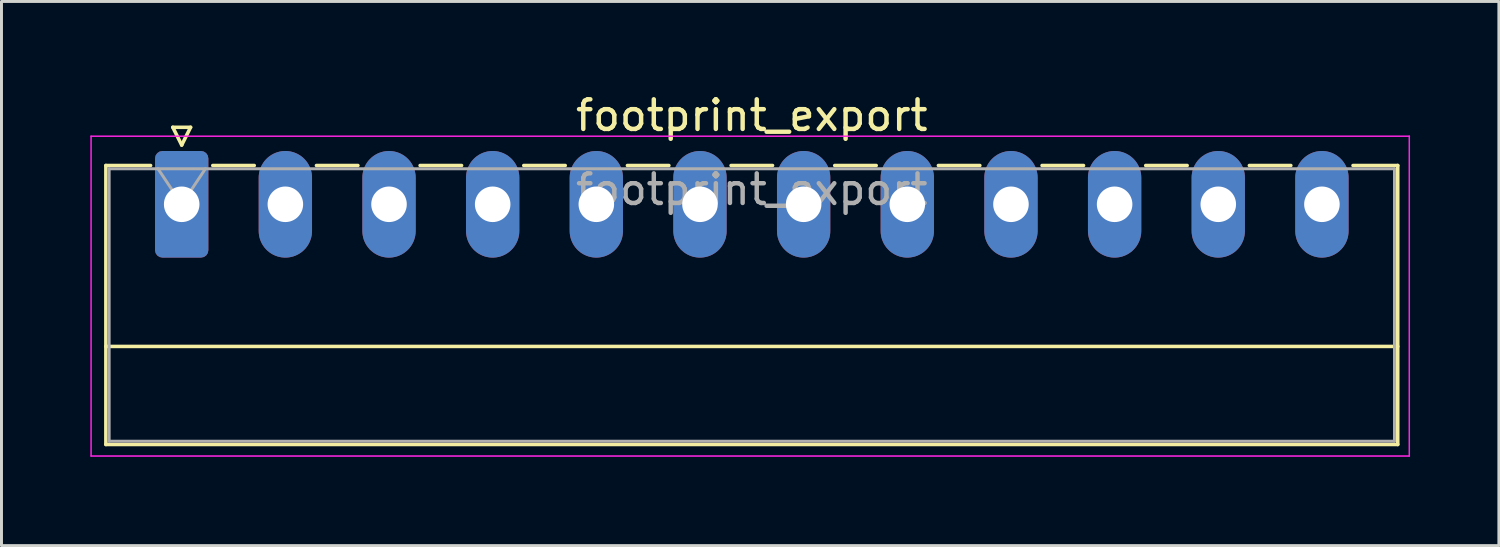
<source format=kicad_pcb>
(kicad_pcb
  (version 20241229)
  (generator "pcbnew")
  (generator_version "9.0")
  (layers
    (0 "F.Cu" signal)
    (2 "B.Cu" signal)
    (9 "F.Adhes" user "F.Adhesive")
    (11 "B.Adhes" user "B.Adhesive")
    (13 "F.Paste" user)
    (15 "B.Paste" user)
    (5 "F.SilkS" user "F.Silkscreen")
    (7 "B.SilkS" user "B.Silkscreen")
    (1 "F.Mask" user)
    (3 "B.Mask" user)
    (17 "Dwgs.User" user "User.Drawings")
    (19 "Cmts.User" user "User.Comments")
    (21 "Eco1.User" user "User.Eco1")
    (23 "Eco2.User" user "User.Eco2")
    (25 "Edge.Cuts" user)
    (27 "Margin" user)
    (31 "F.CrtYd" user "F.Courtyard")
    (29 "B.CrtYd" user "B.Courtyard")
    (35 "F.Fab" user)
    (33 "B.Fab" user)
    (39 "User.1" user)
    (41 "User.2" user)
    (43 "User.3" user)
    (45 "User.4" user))
  (footprint "footprint_export"
    (layer "F.Cu")
    (at 3.085 3.848)
    (property "Reference" "footprint_export" (at 19.25 -3 0) (layer "F.SilkS") (effects (font (size 1 1) (thickness 0.15))))
    (attr through_hole)
    (fp_line (start -2.56 -1.31) (end -2.56 8.11) (stroke (width 0.12) (type solid)) (layer "F.SilkS"))
    (fp_line (start -2.56 -1.31) (end -1.05 -1.31) (stroke (width 0.12) (type solid)) (layer "F.SilkS"))
    (fp_line (start -2.56 4.8) (end 41.06 4.8) (stroke (width 0.12) (type solid)) (layer "F.SilkS"))
    (fp_line (start -2.56 8.11) (end 41.06 8.11) (stroke (width 0.12) (type solid)) (layer "F.SilkS"))
    (fp_line (start -0.3 -2.6) (end 0.3 -2.6) (stroke (width 0.12) (type solid)) (layer "F.SilkS"))
    (fp_line (start 0 -2) (end -0.3 -2.6) (stroke (width 0.12) (type solid)) (layer "F.SilkS"))
    (fp_line (start 0.3 -2.6) (end 0 -2) (stroke (width 0.12) (type solid)) (layer "F.SilkS"))
    (fp_line (start 1.05 -1.31) (end 2.45 -1.31) (stroke (width 0.12) (type solid)) (layer "F.SilkS"))
    (fp_line (start 4.55 -1.31) (end 5.95 -1.31) (stroke (width 0.12) (type solid)) (layer "F.SilkS"))
    (fp_line (start 8.05 -1.31) (end 9.45 -1.31) (stroke (width 0.12) (type solid)) (layer "F.SilkS"))
    (fp_line (start 11.55 -1.31) (end 12.95 -1.31) (stroke (width 0.12) (type solid)) (layer "F.SilkS"))
    (fp_line (start 15.05 -1.31) (end 16.45 -1.31) (stroke (width 0.12) (type solid)) (layer "F.SilkS"))
    (fp_line (start 18.55 -1.31) (end 19.95 -1.31) (stroke (width 0.12) (type solid)) (layer "F.SilkS"))
    (fp_line (start 22.05 -1.31) (end 23.45 -1.31) (stroke (width 0.12) (type solid)) (layer "F.SilkS"))
    (fp_line (start 25.55 -1.31) (end 26.95 -1.31) (stroke (width 0.12) (type solid)) (layer "F.SilkS"))
    (fp_line (start 29.05 -1.31) (end 30.45 -1.31) (stroke (width 0.12) (type solid)) (layer "F.SilkS"))
    (fp_line (start 32.55 -1.31) (end 33.95 -1.31) (stroke (width 0.12) (type solid)) (layer "F.SilkS"))
    (fp_line (start 36.05 -1.31) (end 37.45 -1.31) (stroke (width 0.12) (type solid)) (layer "F.SilkS"))
    (fp_line (start 41.06 -1.31) (end 39.55 -1.31) (stroke (width 0.12) (type solid)) (layer "F.SilkS"))
    (fp_line (start 41.06 8.11) (end 41.06 -1.31) (stroke (width 0.12) (type solid)) (layer "F.SilkS"))
    (fp_line (start -3.06 -2.3) (end -3.06 8.5) (stroke (width 0.05) (type solid)) (layer "F.CrtYd"))
    (fp_line (start -3.06 8.5) (end 41.45 8.5) (stroke (width 0.05) (type solid)) (layer "F.CrtYd"))
    (fp_line (start 41.45 -2.3) (end -3.06 -2.3) (stroke (width 0.05) (type solid)) (layer "F.CrtYd"))
    (fp_line (start 41.45 8.5) (end 41.45 -2.3) (stroke (width 0.05) (type solid)) (layer "F.CrtYd"))
    (fp_line (start -2.45 -1.2) (end -2.45 8) (stroke (width 0.1) (type solid)) (layer "F.Fab"))
    (fp_line (start -2.45 8) (end 40.95 8) (stroke (width 0.1) (type solid)) (layer "F.Fab"))
    (fp_line (start 0 0) (end -0.8 -1.2) (stroke (width 0.1) (type solid)) (layer "F.Fab"))
    (fp_line (start 0.8 -1.2) (end 0 0) (stroke (width 0.1) (type solid)) (layer "F.Fab"))
    (fp_line (start 40.95 -1.2) (end -2.45 -1.2) (stroke (width 0.1) (type solid)) (layer "F.Fab"))
    (fp_line (start 40.95 8) (end 40.95 -1.2) (stroke (width 0.1) (type solid)) (layer "F.Fab"))
    (fp_text user "${REFERENCE}" (at 19.25 -0.5 0) (layer "F.Fab") (effects (font (size 1 1) (thickness 0.15))))
    (pad "1" thru_hole roundrect (at 0 0) (size 1.8 3.6) (drill 1.2) (layers "*.Cu" "*.Mask") (roundrect_rratio 0.139))
    (pad "2" thru_hole oval (at 3.5 0) (size 1.8 3.6) (drill 1.2) (layers "*.Cu" "*.Mask"))
    (pad "3" thru_hole oval (at 7 0) (size 1.8 3.6) (drill 1.2) (layers "*.Cu" "*.Mask"))
    (pad "4" thru_hole oval (at 10.5 0) (size 1.8 3.6) (drill 1.2) (layers "*.Cu" "*.Mask"))
    (pad "5" thru_hole oval (at 14 0) (size 1.8 3.6) (drill 1.2) (layers "*.Cu" "*.Mask"))
    (pad "6" thru_hole oval (at 17.5 0) (size 1.8 3.6) (drill 1.2) (layers "*.Cu" "*.Mask"))
    (pad "7" thru_hole oval (at 21 0) (size 1.8 3.6) (drill 1.2) (layers "*.Cu" "*.Mask"))
    (pad "8" thru_hole oval (at 24.5 0) (size 1.8 3.6) (drill 1.2) (layers "*.Cu" "*.Mask"))
    (pad "9" thru_hole oval (at 28 0) (size 1.8 3.6) (drill 1.2) (layers "*.Cu" "*.Mask"))
    (pad "10" thru_hole oval (at 31.5 0) (size 1.8 3.6) (drill 1.2) (layers "*.Cu" "*.Mask"))
    (pad "11" thru_hole oval (at 35 0) (size 1.8 3.6) (drill 1.2) (layers "*.Cu" "*.Mask"))
    (pad "12" thru_hole oval (at 38.5 0) (size 1.8 3.6) (drill 1.2) (layers "*.Cu" "*.Mask")))
  (gr_rect
    (start -3 -3)
    (end 47.56 15.373)
    (stroke (width 0.1) (type default))
    (fill no)
    (layer "Edge.Cuts")))
</source>
